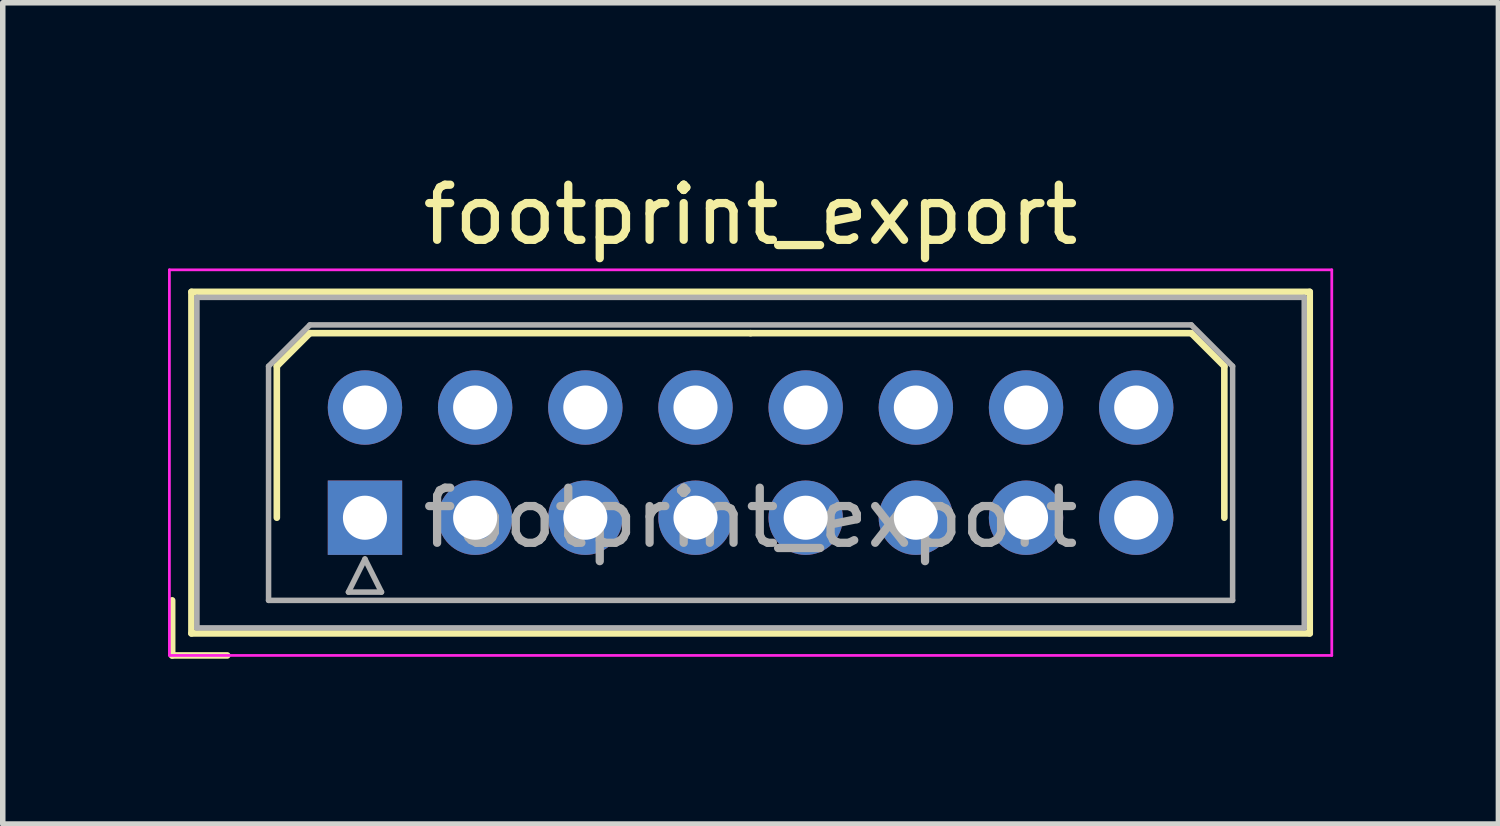
<source format=kicad_pcb>
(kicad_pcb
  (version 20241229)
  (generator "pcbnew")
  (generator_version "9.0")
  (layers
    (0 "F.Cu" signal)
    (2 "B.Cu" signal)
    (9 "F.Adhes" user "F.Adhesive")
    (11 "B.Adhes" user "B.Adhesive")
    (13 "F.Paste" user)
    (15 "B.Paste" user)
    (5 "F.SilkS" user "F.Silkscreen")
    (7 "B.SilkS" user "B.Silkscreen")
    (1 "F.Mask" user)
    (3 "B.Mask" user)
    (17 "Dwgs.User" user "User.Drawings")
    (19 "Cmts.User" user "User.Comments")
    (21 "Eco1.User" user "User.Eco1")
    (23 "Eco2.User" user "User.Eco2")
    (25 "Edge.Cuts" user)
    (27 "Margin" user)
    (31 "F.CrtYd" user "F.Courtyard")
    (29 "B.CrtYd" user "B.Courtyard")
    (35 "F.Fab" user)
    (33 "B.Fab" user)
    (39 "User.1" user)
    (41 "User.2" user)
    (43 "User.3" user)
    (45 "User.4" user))
  (footprint "footprint_export"
    (layer "F.Cu")
    (at 3.575 6.348)
    (property "Reference" "footprint_export" (at 7 -5.5 0) (layer "F.SilkS") (effects (font (size 1 1) (thickness 0.15))))
    (attr through_hole)
    (fp_line (start -3.5 1.5) (end -3.5 2.5) (stroke (width 0.12) (type solid)) (layer "F.SilkS"))
    (fp_line (start -3.5 2.5) (end -2.5 2.5) (stroke (width 0.12) (type solid)) (layer "F.SilkS"))
    (fp_line (start -3.15 -4.1) (end -3.15 2.1) (stroke (width 0.12) (type solid)) (layer "F.SilkS"))
    (fp_line (start -3.15 2.1) (end 17.15 2.1) (stroke (width 0.12) (type solid)) (layer "F.SilkS"))
    (fp_line (start -1.6 -2.75) (end -1 -3.35) (stroke (width 0.12) (type solid)) (layer "F.SilkS"))
    (fp_line (start -1.6 0) (end -1.6 -2.75) (stroke (width 0.12) (type solid)) (layer "F.SilkS"))
    (fp_line (start -1 -3.35) (end 7 -3.35) (stroke (width 0.12) (type solid)) (layer "F.SilkS"))
    (fp_line (start 15 -3.35) (end 7 -3.35) (stroke (width 0.12) (type solid)) (layer "F.SilkS"))
    (fp_line (start 15.6 -2.75) (end 15 -3.35) (stroke (width 0.12) (type solid)) (layer "F.SilkS"))
    (fp_line (start 15.6 0) (end 15.6 -2.75) (stroke (width 0.12) (type solid)) (layer "F.SilkS"))
    (fp_line (start 17.15 -4.1) (end -3.15 -4.1) (stroke (width 0.12) (type solid)) (layer "F.SilkS"))
    (fp_line (start 17.15 2.1) (end 17.15 -4.1) (stroke (width 0.12) (type solid)) (layer "F.SilkS"))
    (fp_line (start -3.55 -4.5) (end -3.55 2.5) (stroke (width 0.05) (type solid)) (layer "F.CrtYd"))
    (fp_line (start -3.55 2.5) (end 17.55 2.5) (stroke (width 0.05) (type solid)) (layer "F.CrtYd"))
    (fp_line (start 17.55 -4.5) (end -3.55 -4.5) (stroke (width 0.05) (type solid)) (layer "F.CrtYd"))
    (fp_line (start 17.55 2.5) (end 17.55 -4.5) (stroke (width 0.05) (type solid)) (layer "F.CrtYd"))
    (fp_line (start -3.05 -4) (end -3.05 2) (stroke (width 0.1) (type solid)) (layer "F.Fab"))
    (fp_line (start -3.05 2) (end 17.05 2) (stroke (width 0.1) (type solid)) (layer "F.Fab"))
    (fp_line (start -1.75 -2.75) (end -1 -3.5) (stroke (width 0.1) (type solid)) (layer "F.Fab"))
    (fp_line (start -1.75 1.5) (end -1.75 -2.75) (stroke (width 0.1) (type solid)) (layer "F.Fab"))
    (fp_line (start -1 -3.5) (end 15 -3.5) (stroke (width 0.1) (type solid)) (layer "F.Fab"))
    (fp_line (start -0.3 1.35) (end 0.3 1.35) (stroke (width 0.1) (type solid)) (layer "F.Fab"))
    (fp_line (start 0 0.75) (end -0.3 1.35) (stroke (width 0.1) (type solid)) (layer "F.Fab"))
    (fp_line (start 0.3 1.35) (end 0 0.75) (stroke (width 0.1) (type solid)) (layer "F.Fab"))
    (fp_line (start 15 -3.5) (end 15.75 -2.75) (stroke (width 0.1) (type solid)) (layer "F.Fab"))
    (fp_line (start 15.75 -2.75) (end 15.75 1.5) (stroke (width 0.1) (type solid)) (layer "F.Fab"))
    (fp_line (start 15.75 1.5) (end -1.75 1.5) (stroke (width 0.1) (type solid)) (layer "F.Fab"))
    (fp_line (start 17.05 -4) (end -3.05 -4) (stroke (width 0.1) (type solid)) (layer "F.Fab"))
    (fp_line (start 17.05 2) (end 17.05 -4) (stroke (width 0.1) (type solid)) (layer "F.Fab"))
    (fp_text user "${REFERENCE}" (at 7 0 0) (layer "F.Fab") (effects (font (size 1 1) (thickness 0.15))))
    (pad "1" thru_hole rect (at 0 0) (size 1.35 1.35) (drill 0.8) (layers "*.Cu" "*.Mask"))
    (pad "2" thru_hole circle (at 0 -2) (size 1.35 1.35) (drill 0.8) (layers "*.Cu" "*.Mask"))
    (pad "3" thru_hole circle (at 2 0) (size 1.35 1.35) (drill 0.8) (layers "*.Cu" "*.Mask"))
    (pad "4" thru_hole circle (at 2 -2) (size 1.35 1.35) (drill 0.8) (layers "*.Cu" "*.Mask"))
    (pad "5" thru_hole circle (at 4 0) (size 1.35 1.35) (drill 0.8) (layers "*.Cu" "*.Mask"))
    (pad "6" thru_hole circle (at 4 -2) (size 1.35 1.35) (drill 0.8) (layers "*.Cu" "*.Mask"))
    (pad "7" thru_hole circle (at 6 0) (size 1.35 1.35) (drill 0.8) (layers "*.Cu" "*.Mask"))
    (pad "8" thru_hole circle (at 6 -2) (size 1.35 1.35) (drill 0.8) (layers "*.Cu" "*.Mask"))
    (pad "9" thru_hole circle (at 8 0) (size 1.35 1.35) (drill 0.8) (layers "*.Cu" "*.Mask"))
    (pad "10" thru_hole circle (at 8 -2) (size 1.35 1.35) (drill 0.8) (layers "*.Cu" "*.Mask"))
    (pad "11" thru_hole circle (at 10 0) (size 1.35 1.35) (drill 0.8) (layers "*.Cu" "*.Mask"))
    (pad "12" thru_hole circle (at 10 -2) (size 1.35 1.35) (drill 0.8) (layers "*.Cu" "*.Mask"))
    (pad "13" thru_hole circle (at 12 0) (size 1.35 1.35) (drill 0.8) (layers "*.Cu" "*.Mask"))
    (pad "14" thru_hole circle (at 12 -2) (size 1.35 1.35) (drill 0.8) (layers "*.Cu" "*.Mask"))
    (pad "15" thru_hole circle (at 14 0) (size 1.35 1.35) (drill 0.8) (layers "*.Cu" "*.Mask"))
    (pad "16" thru_hole circle (at 14 -2) (size 1.35 1.35) (drill 0.8) (layers "*.Cu" "*.Mask")))
  (gr_rect
    (start -3 -3)
    (end 24.15 11.908)
    (stroke (width 0.1) (type default))
    (fill no)
    (layer "Edge.Cuts")))
</source>
